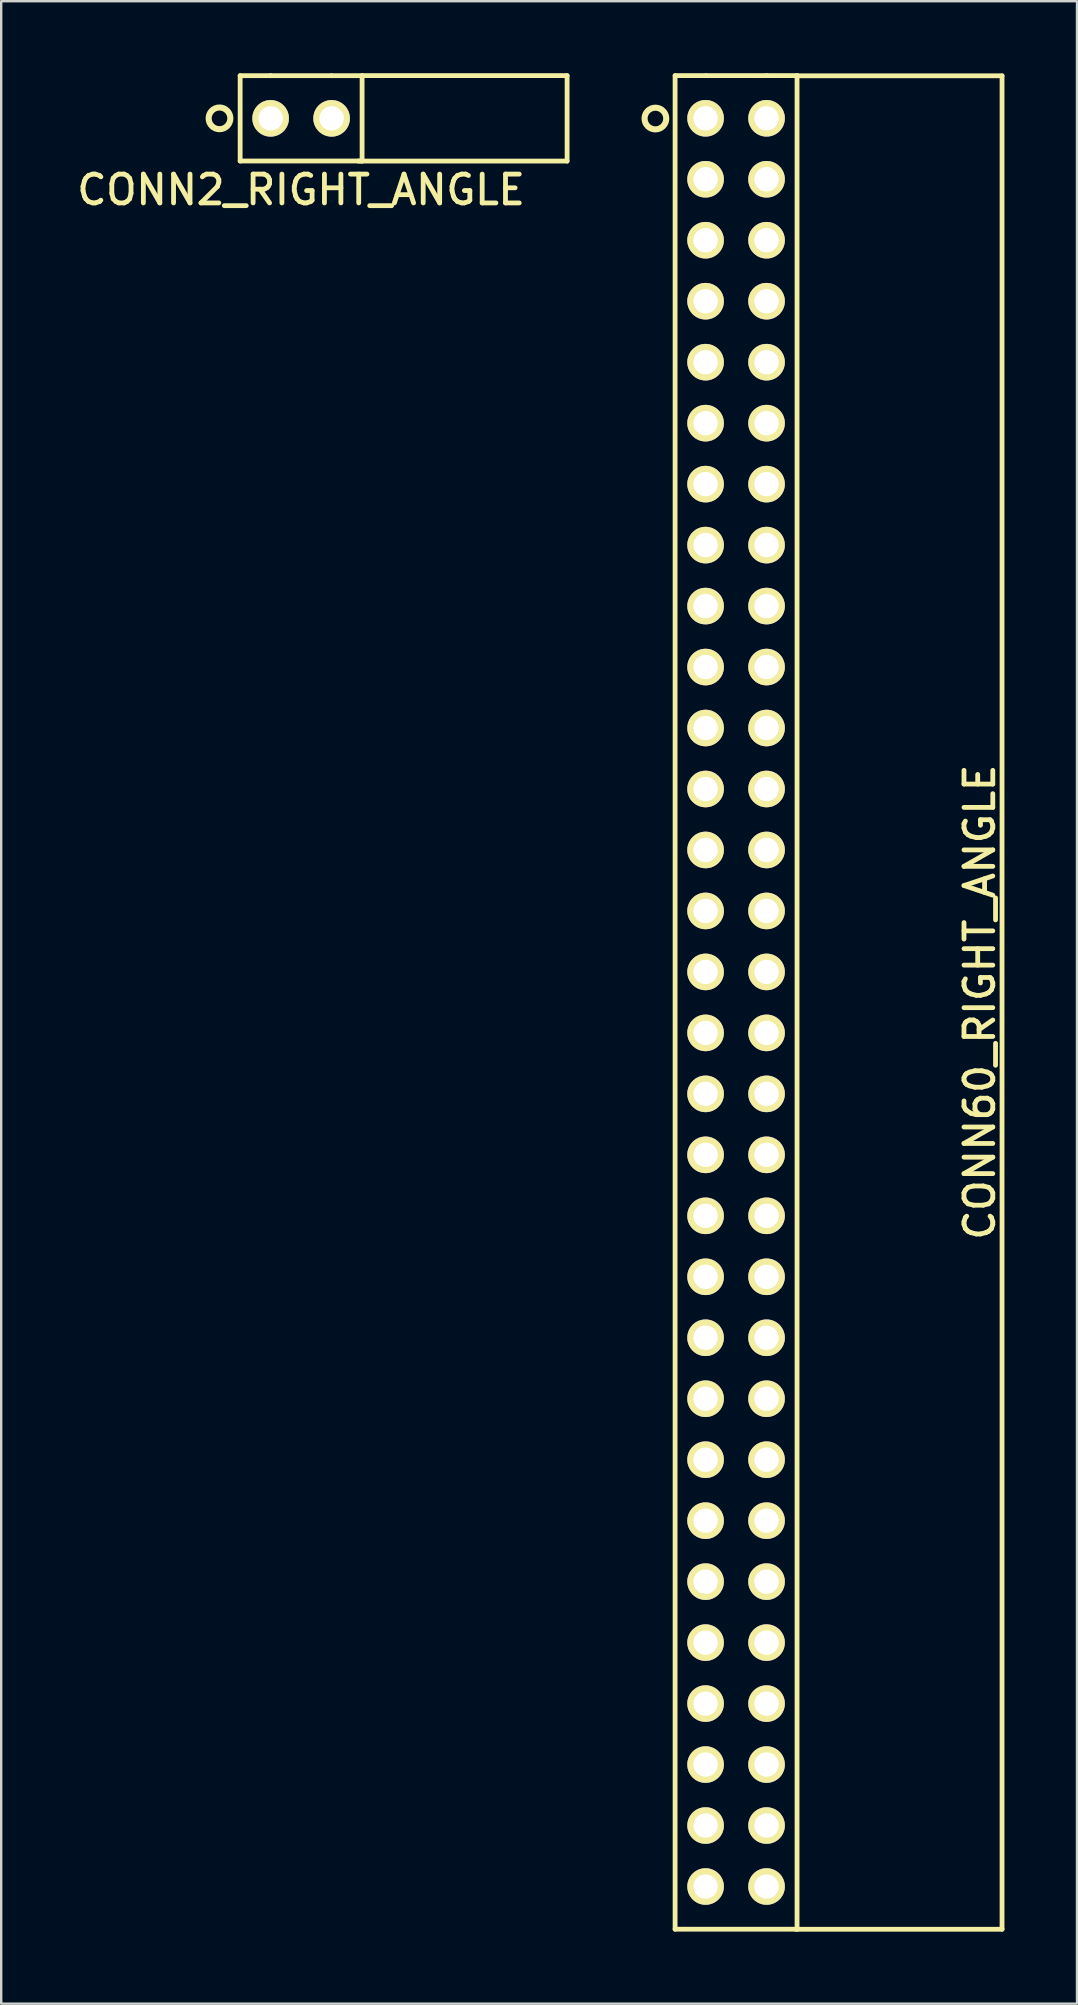
<source format=kicad_pcb>
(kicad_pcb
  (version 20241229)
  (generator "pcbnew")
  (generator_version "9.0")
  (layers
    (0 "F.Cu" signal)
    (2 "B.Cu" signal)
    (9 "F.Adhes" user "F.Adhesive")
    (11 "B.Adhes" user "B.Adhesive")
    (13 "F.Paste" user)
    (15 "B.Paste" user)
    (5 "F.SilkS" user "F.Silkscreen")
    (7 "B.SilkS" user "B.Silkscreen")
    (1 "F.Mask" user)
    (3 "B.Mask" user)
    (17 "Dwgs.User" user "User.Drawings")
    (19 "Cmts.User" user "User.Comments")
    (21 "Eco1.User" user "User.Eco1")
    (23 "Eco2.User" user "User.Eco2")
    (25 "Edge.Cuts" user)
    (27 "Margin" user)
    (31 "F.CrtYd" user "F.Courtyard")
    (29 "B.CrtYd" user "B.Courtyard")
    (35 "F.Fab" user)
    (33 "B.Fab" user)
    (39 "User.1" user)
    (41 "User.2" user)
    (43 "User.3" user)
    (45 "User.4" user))
  (footprint "CONN2_RIGHT_ANGLE"
    (layer "F.Cu")
    (at 9.494 1.88)
    (property "Reference" "CONN2_RIGHT_ANGLE" (at 0 2.978 0) (layer "F.SilkS") (effects (font (size 1.2 1.2) (thickness 0.2))))
    (attr through_hole)
    (fp_line (start -2.54 -1.778) (end -2.54 1.778) (stroke (width 0.2) (type solid)) (layer "F.SilkS"))
    (fp_line (start -2.54 1.778) (end 2.54 1.778) (stroke (width 0.2) (type solid)) (layer "F.SilkS"))
    (fp_line (start -1.27 -1.778) (end -2.54 -1.778) (stroke (width 0.2) (type solid)) (layer "F.SilkS"))
    (fp_line (start 1.26 -1.778) (end -1.28 -1.778) (stroke (width 0.2) (type solid)) (layer "F.SilkS"))
    (fp_line (start 2.54 -1.78) (end 11.08 -1.78) (stroke (width 0.2) (type solid)) (layer "F.SilkS"))
    (fp_line (start 2.54 -1.778) (end 1.27 -1.778) (stroke (width 0.2) (type solid)) (layer "F.SilkS"))
    (fp_line (start 2.54 1.778) (end 2.54 -1.778) (stroke (width 0.2) (type solid)) (layer "F.SilkS"))
    (fp_line (start 11.08 -1.78) (end 11.08 1.78) (stroke (width 0.2) (type solid)) (layer "F.SilkS"))
    (fp_line (start 11.08 1.78) (end 2.38 1.78) (stroke (width 0.2) (type solid)) (layer "F.SilkS"))
    (fp_circle (center -3.4 0) (end -2.95 0.04) (stroke (width 0.254) (type solid)) (fill no) (layer "F.SilkS"))
    (pad "1" thru_hole oval (at -1.27 0) (size 1.524 1.524) (drill 1.016) (layers "*.Cu" "*.Mask" "F.SilkS"))
    (pad "2" thru_hole oval (at 1.27 0) (size 1.524 1.524) (drill 1.016) (layers "*.Cu" "*.Mask" "F.SilkS")))
  (footprint "CONN60_RIGHT_ANGLE"
    (layer "F.Cu")
    (at 27.613 38.708)
    (property "Reference" "CONN60_RIGHT_ANGLE" (at 10.15 -0.01 90) (layer "F.SilkS") (effects (font (size 1.2 1.2) (thickness 0.2))))
    (attr through_hole)
    (fp_line (start -2.54 -38.608) (end -2.54 38.608) (stroke (width 0.2) (type solid)) (layer "F.SilkS"))
    (fp_line (start -2.54 38.608) (end 2.54 38.608) (stroke (width 0.2) (type solid)) (layer "F.SilkS"))
    (fp_line (start -1.27 -38.608) (end -2.54 -38.608) (stroke (width 0.2) (type solid)) (layer "F.SilkS"))
    (fp_line (start 1.29 -38.608) (end -1.25 -38.608) (stroke (width 0.2) (type solid)) (layer "F.SilkS"))
    (fp_line (start 2.54 -38.608) (end 1.27 -38.608) (stroke (width 0.2) (type solid)) (layer "F.SilkS"))
    (fp_line (start 2.54 -38.6) (end 11.08 -38.6) (stroke (width 0.2) (type solid)) (layer "F.SilkS"))
    (fp_line (start 2.54 38.608) (end 2.54 -38.608) (stroke (width 0.2) (type solid)) (layer "F.SilkS"))
    (fp_line (start 11.08 -38.6) (end 11.08 38.61) (stroke (width 0.2) (type solid)) (layer "F.SilkS"))
    (fp_line (start 11.08 38.61) (end 2.49 38.61) (stroke (width 0.2) (type solid)) (layer "F.SilkS"))
    (fp_circle (center -3.36 -36.82) (end -2.91 -36.78) (stroke (width 0.254) (type solid)) (fill no) (layer "F.SilkS"))
    (pad "1" thru_hole oval (at -1.27 -36.83) (size 1.524 1.524) (drill 1.016) (layers "*.Cu" "*.Mask" "F.SilkS"))
    (pad "2" thru_hole oval (at 1.27 -36.83) (size 1.524 1.524) (drill 1.016) (layers "*.Cu" "*.Mask" "F.SilkS"))
    (pad "3" thru_hole oval (at -1.27 -34.29) (size 1.524 1.524) (drill 1.016) (layers "*.Cu" "*.Mask" "F.SilkS"))
    (pad "4" thru_hole oval (at 1.27 -34.29) (size 1.524 1.524) (drill 1.016) (layers "*.Cu" "*.Mask" "F.SilkS"))
    (pad "5" thru_hole oval (at -1.27 -31.75) (size 1.524 1.524) (drill 1.016) (layers "*.Cu" "*.Mask" "F.SilkS"))
    (pad "6" thru_hole oval (at 1.27 -31.75) (size 1.524 1.524) (drill 1.016) (layers "*.Cu" "*.Mask" "F.SilkS"))
    (pad "7" thru_hole oval (at -1.27 -29.21) (size 1.524 1.524) (drill 1.016) (layers "*.Cu" "*.Mask" "F.SilkS"))
    (pad "8" thru_hole oval (at 1.27 -29.21) (size 1.524 1.524) (drill 1.016) (layers "*.Cu" "*.Mask" "F.SilkS"))
    (pad "9" thru_hole oval (at -1.27 -26.67) (size 1.524 1.524) (drill 1.016) (layers "*.Cu" "*.Mask" "F.SilkS"))
    (pad "10" thru_hole oval (at 1.27 -26.67) (size 1.524 1.524) (drill 1.016) (layers "*.Cu" "*.Mask" "F.SilkS"))
    (pad "11" thru_hole oval (at -1.27 -24.13) (size 1.524 1.524) (drill 1.016) (layers "*.Cu" "*.Mask" "F.SilkS"))
    (pad "12" thru_hole oval (at 1.27 -24.13) (size 1.524 1.524) (drill 1.016) (layers "*.Cu" "*.Mask" "F.SilkS"))
    (pad "13" thru_hole oval (at -1.27 -21.59) (size 1.524 1.524) (drill 1.016) (layers "*.Cu" "*.Mask" "F.SilkS"))
    (pad "14" thru_hole oval (at 1.27 -21.59) (size 1.524 1.524) (drill 1.016) (layers "*.Cu" "*.Mask" "F.SilkS"))
    (pad "15" thru_hole oval (at -1.27 -19.05) (size 1.524 1.524) (drill 1.016) (layers "*.Cu" "*.Mask" "F.SilkS"))
    (pad "16" thru_hole oval (at 1.27 -19.05) (size 1.524 1.524) (drill 1.016) (layers "*.Cu" "*.Mask" "F.SilkS"))
    (pad "17" thru_hole oval (at -1.27 -16.51) (size 1.524 1.524) (drill 1.016) (layers "*.Cu" "*.Mask" "F.SilkS"))
    (pad "18" thru_hole oval (at 1.27 -16.51) (size 1.524 1.524) (drill 1.016) (layers "*.Cu" "*.Mask" "F.SilkS"))
    (pad "19" thru_hole oval (at -1.27 -13.97) (size 1.524 1.524) (drill 1.016) (layers "*.Cu" "*.Mask" "F.SilkS"))
    (pad "20" thru_hole oval (at 1.27 -13.97) (size 1.524 1.524) (drill 1.016) (layers "*.Cu" "*.Mask" "F.SilkS"))
    (pad "21" thru_hole oval (at -1.27 -11.43) (size 1.524 1.524) (drill 1.016) (layers "*.Cu" "*.Mask" "F.SilkS"))
    (pad "22" thru_hole oval (at 1.27 -11.43) (size 1.524 1.524) (drill 1.016) (layers "*.Cu" "*.Mask" "F.SilkS"))
    (pad "23" thru_hole oval (at -1.27 -8.89) (size 1.524 1.524) (drill 1.016) (layers "*.Cu" "*.Mask" "F.SilkS"))
    (pad "24" thru_hole oval (at 1.27 -8.89) (size 1.524 1.524) (drill 1.016) (layers "*.Cu" "*.Mask" "F.SilkS"))
    (pad "25" thru_hole oval (at -1.27 -6.35) (size 1.524 1.524) (drill 1.016) (layers "*.Cu" "*.Mask" "F.SilkS"))
    (pad "26" thru_hole oval (at 1.27 -6.35) (size 1.524 1.524) (drill 1.016) (layers "*.Cu" "*.Mask" "F.SilkS"))
    (pad "27" thru_hole oval (at -1.27 -3.81) (size 1.524 1.524) (drill 1.016) (layers "*.Cu" "*.Mask" "F.SilkS"))
    (pad "28" thru_hole oval (at 1.27 -3.81) (size 1.524 1.524) (drill 1.016) (layers "*.Cu" "*.Mask" "F.SilkS"))
    (pad "29" thru_hole oval (at -1.27 -1.27) (size 1.524 1.524) (drill 1.016) (layers "*.Cu" "*.Mask" "F.SilkS"))
    (pad "30" thru_hole oval (at 1.27 -1.27) (size 1.524 1.524) (drill 1.016) (layers "*.Cu" "*.Mask" "F.SilkS"))
    (pad "31" thru_hole oval (at -1.27 1.27) (size 1.524 1.524) (drill 1.016) (layers "*.Cu" "*.Mask" "F.SilkS"))
    (pad "32" thru_hole oval (at 1.27 1.27) (size 1.524 1.524) (drill 1.016) (layers "*.Cu" "*.Mask" "F.SilkS"))
    (pad "33" thru_hole oval (at -1.27 3.81) (size 1.524 1.524) (drill 1.016) (layers "*.Cu" "*.Mask" "F.SilkS"))
    (pad "34" thru_hole oval (at 1.27 3.81) (size 1.524 1.524) (drill 1.016) (layers "*.Cu" "*.Mask" "F.SilkS"))
    (pad "35" thru_hole oval (at -1.27 6.35) (size 1.524 1.524) (drill 1.016) (layers "*.Cu" "*.Mask" "F.SilkS"))
    (pad "36" thru_hole oval (at 1.27 6.35) (size 1.524 1.524) (drill 1.016) (layers "*.Cu" "*.Mask" "F.SilkS"))
    (pad "37" thru_hole oval (at -1.27 8.89) (size 1.524 1.524) (drill 1.016) (layers "*.Cu" "*.Mask" "F.SilkS"))
    (pad "38" thru_hole oval (at 1.27 8.89) (size 1.524 1.524) (drill 1.016) (layers "*.Cu" "*.Mask" "F.SilkS"))
    (pad "39" thru_hole oval (at -1.27 11.43) (size 1.524 1.524) (drill 1.016) (layers "*.Cu" "*.Mask" "F.SilkS"))
    (pad "40" thru_hole oval (at 1.27 11.43) (size 1.524 1.524) (drill 1.016) (layers "*.Cu" "*.Mask" "F.SilkS"))
    (pad "41" thru_hole oval (at -1.27 13.97) (size 1.524 1.524) (drill 1.016) (layers "*.Cu" "*.Mask" "F.SilkS"))
    (pad "42" thru_hole oval (at 1.27 13.97) (size 1.524 1.524) (drill 1.016) (layers "*.Cu" "*.Mask" "F.SilkS"))
    (pad "43" thru_hole oval (at -1.27 16.51) (size 1.524 1.524) (drill 1.016) (layers "*.Cu" "*.Mask" "F.SilkS"))
    (pad "44" thru_hole oval (at 1.27 16.51) (size 1.524 1.524) (drill 1.016) (layers "*.Cu" "*.Mask" "F.SilkS"))
    (pad "45" thru_hole oval (at -1.27 19.05) (size 1.524 1.524) (drill 1.016) (layers "*.Cu" "*.Mask" "F.SilkS"))
    (pad "46" thru_hole oval (at 1.27 19.05) (size 1.524 1.524) (drill 1.016) (layers "*.Cu" "*.Mask" "F.SilkS"))
    (pad "47" thru_hole oval (at -1.27 21.59) (size 1.524 1.524) (drill 1.016) (layers "*.Cu" "*.Mask" "F.SilkS"))
    (pad "48" thru_hole oval (at 1.27 21.59) (size 1.524 1.524) (drill 1.016) (layers "*.Cu" "*.Mask" "F.SilkS"))
    (pad "49" thru_hole oval (at -1.27 24.13) (size 1.524 1.524) (drill 1.016) (layers "*.Cu" "*.Mask" "F.SilkS"))
    (pad "50" thru_hole oval (at 1.27 24.13) (size 1.524 1.524) (drill 1.016) (layers "*.Cu" "*.Mask" "F.SilkS"))
    (pad "51" thru_hole oval (at -1.27 26.67) (size 1.524 1.524) (drill 1.016) (layers "*.Cu" "*.Mask" "F.SilkS"))
    (pad "52" thru_hole oval (at 1.27 26.67) (size 1.524 1.524) (drill 1.016) (layers "*.Cu" "*.Mask" "F.SilkS"))
    (pad "53" thru_hole oval (at -1.27 29.21) (size 1.524 1.524) (drill 1.016) (layers "*.Cu" "*.Mask" "F.SilkS"))
    (pad "54" thru_hole oval (at 1.27 29.21) (size 1.524 1.524) (drill 1.016) (layers "*.Cu" "*.Mask" "F.SilkS"))
    (pad "55" thru_hole oval (at -1.27 31.75) (size 1.524 1.524) (drill 1.016) (layers "*.Cu" "*.Mask" "F.SilkS"))
    (pad "56" thru_hole oval (at 1.27 31.75) (size 1.524 1.524) (drill 1.016) (layers "*.Cu" "*.Mask" "F.SilkS"))
    (pad "57" thru_hole oval (at -1.27 34.29) (size 1.524 1.524) (drill 1.016) (layers "*.Cu" "*.Mask" "F.SilkS"))
    (pad "58" thru_hole oval (at 1.27 34.29) (size 1.524 1.524) (drill 1.016) (layers "*.Cu" "*.Mask" "F.SilkS"))
    (pad "59" thru_hole oval (at -1.27 36.83) (size 1.524 1.524) (drill 1.016) (layers "*.Cu" "*.Mask" "F.SilkS"))
    (pad "60" thru_hole oval (at 1.27 36.83) (size 1.524 1.524) (drill 1.016) (layers "*.Cu" "*.Mask" "F.SilkS")))
  (gr_rect
    (start -3 -3)
    (end 41.816 80.418)
    (stroke (width 0.1) (type default))
    (fill no)
    (layer "Edge.Cuts")))
</source>
